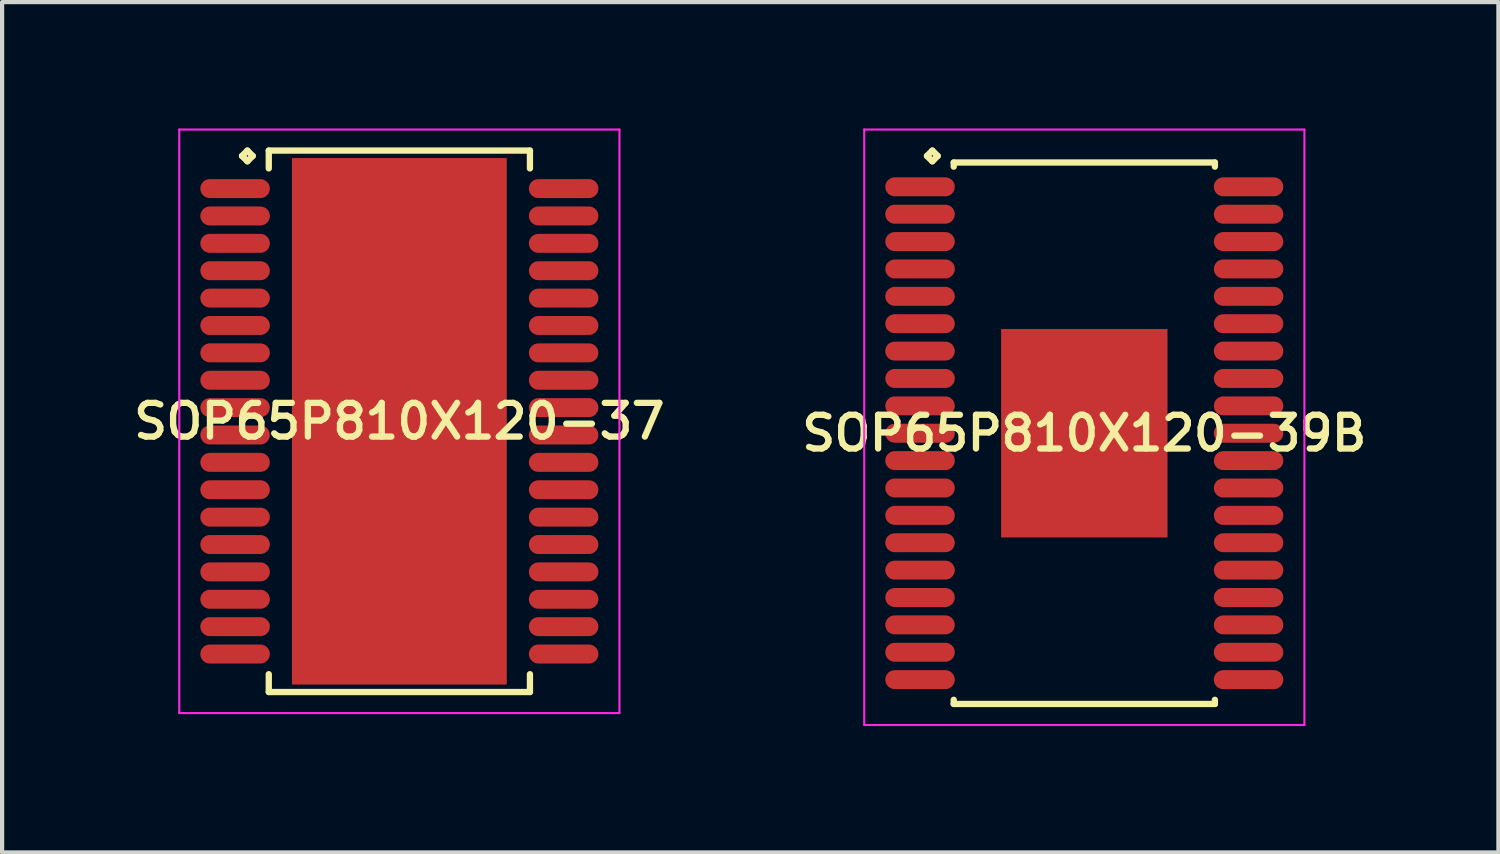
<source format=kicad_pcb>
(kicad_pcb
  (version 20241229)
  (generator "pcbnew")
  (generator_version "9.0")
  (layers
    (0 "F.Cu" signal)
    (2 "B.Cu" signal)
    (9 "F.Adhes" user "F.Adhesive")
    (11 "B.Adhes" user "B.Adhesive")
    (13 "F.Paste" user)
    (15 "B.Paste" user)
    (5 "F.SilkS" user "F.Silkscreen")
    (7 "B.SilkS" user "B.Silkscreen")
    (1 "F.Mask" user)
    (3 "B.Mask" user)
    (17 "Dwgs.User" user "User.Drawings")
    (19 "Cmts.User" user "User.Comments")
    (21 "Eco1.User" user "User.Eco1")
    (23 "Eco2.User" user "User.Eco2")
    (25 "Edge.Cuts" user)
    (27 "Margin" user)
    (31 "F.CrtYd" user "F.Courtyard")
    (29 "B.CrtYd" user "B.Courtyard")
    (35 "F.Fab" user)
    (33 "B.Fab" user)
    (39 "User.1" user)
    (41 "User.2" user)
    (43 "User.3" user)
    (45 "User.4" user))
  (footprint "SOP65P810X120-39B"
    (layer "F.Cu")
    (at 22.692 7.235)
    (property "Reference" "SOP65P810X120-39B" (at 0 0 0) (layer "F.SilkS") (effects (font (size 0.8 0.8) (thickness 0.15))))
    (attr smd)
    (fp_line (start -3.735 -6.583) (end -3.608 -6.71) (stroke (width 0.15) (type solid)) (layer "F.SilkS"))
    (fp_line (start -3.608 -6.71) (end -3.481 -6.583) (stroke (width 0.15) (type solid)) (layer "F.SilkS"))
    (fp_line (start -3.608 -6.456) (end -3.735 -6.583) (stroke (width 0.15) (type solid)) (layer "F.SilkS"))
    (fp_line (start -3.481 -6.583) (end -3.608 -6.456) (stroke (width 0.15) (type solid)) (layer "F.SilkS"))
    (fp_line (start -3.1 -6.427) (end 3.1 -6.427) (stroke (width 0.15) (type solid)) (layer "F.SilkS"))
    (fp_line (start -3.1 -6.329) (end -3.1 -6.427) (stroke (width 0.15) (type solid)) (layer "F.SilkS"))
    (fp_line (start -3.1 6.329) (end -3.1 6.427) (stroke (width 0.15) (type solid)) (layer "F.SilkS"))
    (fp_line (start -3.1 6.427) (end 3.1 6.427) (stroke (width 0.15) (type solid)) (layer "F.SilkS"))
    (fp_line (start 3.1 -6.427) (end 3.1 -6.329) (stroke (width 0.15) (type solid)) (layer "F.SilkS"))
    (fp_line (start 3.1 6.427) (end 3.1 6.329) (stroke (width 0.15) (type solid)) (layer "F.SilkS"))
    (fp_line (start -5.225 -7.21) (end 5.225 -7.21) (stroke (width 0.05) (type solid)) (layer "F.CrtYd"))
    (fp_line (start -5.225 6.927) (end -5.225 -7.21) (stroke (width 0.05) (type solid)) (layer "F.CrtYd"))
    (fp_line (start 5.225 -7.21) (end 5.225 6.927) (stroke (width 0.05) (type solid)) (layer "F.CrtYd"))
    (fp_line (start 5.225 6.927) (end -5.225 6.927) (stroke (width 0.05) (type solid)) (layer "F.CrtYd"))
    (pad "1" smd oval (at -3.9 -5.85) (size 1.65 0.45) (layers "F.Cu" "F.Mask" "F.Paste"))
    (pad "2" smd oval (at -3.9 -5.2) (size 1.65 0.45) (layers "F.Cu" "F.Mask" "F.Paste"))
    (pad "3" smd oval (at -3.9 -4.55) (size 1.65 0.45) (layers "F.Cu" "F.Mask" "F.Paste"))
    (pad "4" smd oval (at -3.9 -3.9) (size 1.65 0.45) (layers "F.Cu" "F.Mask" "F.Paste"))
    (pad "5" smd oval (at -3.9 -3.25) (size 1.65 0.45) (layers "F.Cu" "F.Mask" "F.Paste"))
    (pad "6" smd oval (at -3.9 -2.6) (size 1.65 0.45) (layers "F.Cu" "F.Mask" "F.Paste"))
    (pad "7" smd oval (at -3.9 -1.95) (size 1.65 0.45) (layers "F.Cu" "F.Mask" "F.Paste"))
    (pad "8" smd oval (at -3.9 -1.3) (size 1.65 0.45) (layers "F.Cu" "F.Mask" "F.Paste"))
    (pad "9" smd oval (at -3.9 -0.65) (size 1.65 0.45) (layers "F.Cu" "F.Mask" "F.Paste"))
    (pad "10" smd oval (at -3.9 0) (size 1.65 0.45) (layers "F.Cu" "F.Mask" "F.Paste"))
    (pad "11" smd oval (at -3.9 0.65) (size 1.65 0.45) (layers "F.Cu" "F.Mask" "F.Paste"))
    (pad "12" smd oval (at -3.9 1.3) (size 1.65 0.45) (layers "F.Cu" "F.Mask" "F.Paste"))
    (pad "13" smd oval (at -3.9 1.95) (size 1.65 0.45) (layers "F.Cu" "F.Mask" "F.Paste"))
    (pad "14" smd oval (at -3.9 2.6) (size 1.65 0.45) (layers "F.Cu" "F.Mask" "F.Paste"))
    (pad "15" smd oval (at -3.9 3.25) (size 1.65 0.45) (layers "F.Cu" "F.Mask" "F.Paste"))
    (pad "16" smd oval (at -3.9 3.9) (size 1.65 0.45) (layers "F.Cu" "F.Mask" "F.Paste"))
    (pad "17" smd oval (at -3.9 4.55) (size 1.65 0.45) (layers "F.Cu" "F.Mask" "F.Paste"))
    (pad "18" smd oval (at -3.9 5.2) (size 1.65 0.45) (layers "F.Cu" "F.Mask" "F.Paste"))
    (pad "19" smd oval (at -3.9 5.85) (size 1.65 0.45) (layers "F.Cu" "F.Mask" "F.Paste"))
    (pad "20" smd oval (at 3.9 5.85) (size 1.65 0.45) (layers "F.Cu" "F.Mask" "F.Paste"))
    (pad "21" smd oval (at 3.9 5.2) (size 1.65 0.45) (layers "F.Cu" "F.Mask" "F.Paste"))
    (pad "22" smd oval (at 3.9 4.55) (size 1.65 0.45) (layers "F.Cu" "F.Mask" "F.Paste"))
    (pad "23" smd oval (at 3.9 3.9) (size 1.65 0.45) (layers "F.Cu" "F.Mask" "F.Paste"))
    (pad "24" smd oval (at 3.9 3.25) (size 1.65 0.45) (layers "F.Cu" "F.Mask" "F.Paste"))
    (pad "25" smd oval (at 3.9 2.6) (size 1.65 0.45) (layers "F.Cu" "F.Mask" "F.Paste"))
    (pad "26" smd oval (at 3.9 1.95) (size 1.65 0.45) (layers "F.Cu" "F.Mask" "F.Paste"))
    (pad "27" smd oval (at 3.9 1.3) (size 1.65 0.45) (layers "F.Cu" "F.Mask" "F.Paste"))
    (pad "28" smd oval (at 3.9 0.65) (size 1.65 0.45) (layers "F.Cu" "F.Mask" "F.Paste"))
    (pad "29" smd oval (at 3.9 0) (size 1.65 0.45) (layers "F.Cu" "F.Mask" "F.Paste"))
    (pad "30" smd oval (at 3.9 -0.65) (size 1.65 0.45) (layers "F.Cu" "F.Mask" "F.Paste"))
    (pad "31" smd oval (at 3.9 -1.3) (size 1.65 0.45) (layers "F.Cu" "F.Mask" "F.Paste"))
    (pad "32" smd oval (at 3.9 -1.95) (size 1.65 0.45) (layers "F.Cu" "F.Mask" "F.Paste"))
    (pad "33" smd oval (at 3.9 -2.6) (size 1.65 0.45) (layers "F.Cu" "F.Mask" "F.Paste"))
    (pad "34" smd oval (at 3.9 -3.25) (size 1.65 0.45) (layers "F.Cu" "F.Mask" "F.Paste"))
    (pad "35" smd oval (at 3.9 -3.9) (size 1.65 0.45) (layers "F.Cu" "F.Mask" "F.Paste"))
    (pad "36" smd oval (at 3.9 -4.55) (size 1.65 0.45) (layers "F.Cu" "F.Mask" "F.Paste"))
    (pad "37" smd oval (at 3.9 -5.2) (size 1.65 0.45) (layers "F.Cu" "F.Mask" "F.Paste"))
    (pad "38" smd oval (at 3.9 -5.85) (size 1.65 0.45) (layers "F.Cu" "F.Mask" "F.Paste"))
    (pad "39" smd rect (at 0 0) (size 3.95 4.95) (layers "F.Cu" "F.Mask" "F.Paste")))
  (footprint "SOP65P810X120-37"
    (layer "F.Cu")
    (at 6.431 6.952)
    (property "Reference" "SOP65P810X120-37" (at 0 0 0) (layer "F.SilkS") (effects (font (size 0.8 0.8) (thickness 0.15))))
    (attr smd)
    (fp_line (start -3.735 -6.3) (end -3.608 -6.427) (stroke (width 0.15) (type solid)) (layer "F.SilkS"))
    (fp_line (start -3.608 -6.427) (end -3.481 -6.3) (stroke (width 0.15) (type solid)) (layer "F.SilkS"))
    (fp_line (start -3.608 -6.173) (end -3.735 -6.3) (stroke (width 0.15) (type solid)) (layer "F.SilkS"))
    (fp_line (start -3.481 -6.3) (end -3.608 -6.173) (stroke (width 0.15) (type solid)) (layer "F.SilkS"))
    (fp_line (start -3.1 -6.427) (end 3.1 -6.427) (stroke (width 0.15) (type solid)) (layer "F.SilkS"))
    (fp_line (start -3.1 -6.004) (end -3.1 -6.427) (stroke (width 0.15) (type solid)) (layer "F.SilkS"))
    (fp_line (start -3.1 6.004) (end -3.1 6.427) (stroke (width 0.15) (type solid)) (layer "F.SilkS"))
    (fp_line (start -3.1 6.427) (end 3.1 6.427) (stroke (width 0.15) (type solid)) (layer "F.SilkS"))
    (fp_line (start 3.1 -6.427) (end 3.1 -6.004) (stroke (width 0.15) (type solid)) (layer "F.SilkS"))
    (fp_line (start 3.1 6.427) (end 3.1 6.004) (stroke (width 0.15) (type solid)) (layer "F.SilkS"))
    (fp_line (start -5.225 -6.927) (end 5.225 -6.927) (stroke (width 0.05) (type solid)) (layer "F.CrtYd"))
    (fp_line (start -5.225 6.927) (end -5.225 -6.927) (stroke (width 0.05) (type solid)) (layer "F.CrtYd"))
    (fp_line (start 5.225 -6.927) (end 5.225 6.927) (stroke (width 0.05) (type solid)) (layer "F.CrtYd"))
    (fp_line (start 5.225 6.927) (end -5.225 6.927) (stroke (width 0.05) (type solid)) (layer "F.CrtYd"))
    (pad "1" smd oval (at -3.9 -5.525) (size 1.65 0.45) (layers "F.Cu" "F.Mask" "F.Paste"))
    (pad "2" smd oval (at -3.9 -4.875) (size 1.65 0.45) (layers "F.Cu" "F.Mask" "F.Paste"))
    (pad "3" smd oval (at -3.9 -4.225) (size 1.65 0.45) (layers "F.Cu" "F.Mask" "F.Paste"))
    (pad "4" smd oval (at -3.9 -3.575) (size 1.65 0.45) (layers "F.Cu" "F.Mask" "F.Paste"))
    (pad "5" smd oval (at -3.9 -2.925) (size 1.65 0.45) (layers "F.Cu" "F.Mask" "F.Paste"))
    (pad "6" smd oval (at -3.9 -2.275) (size 1.65 0.45) (layers "F.Cu" "F.Mask" "F.Paste"))
    (pad "7" smd oval (at -3.9 -1.625) (size 1.65 0.45) (layers "F.Cu" "F.Mask" "F.Paste"))
    (pad "8" smd oval (at -3.9 -0.975) (size 1.65 0.45) (layers "F.Cu" "F.Mask" "F.Paste"))
    (pad "9" smd oval (at -3.9 -0.325) (size 1.65 0.45) (layers "F.Cu" "F.Mask" "F.Paste"))
    (pad "10" smd oval (at -3.9 0.325) (size 1.65 0.45) (layers "F.Cu" "F.Mask" "F.Paste"))
    (pad "11" smd oval (at -3.9 0.975) (size 1.65 0.45) (layers "F.Cu" "F.Mask" "F.Paste"))
    (pad "12" smd oval (at -3.9 1.625) (size 1.65 0.45) (layers "F.Cu" "F.Mask" "F.Paste"))
    (pad "13" smd oval (at -3.9 2.275) (size 1.65 0.45) (layers "F.Cu" "F.Mask" "F.Paste"))
    (pad "14" smd oval (at -3.9 2.925) (size 1.65 0.45) (layers "F.Cu" "F.Mask" "F.Paste"))
    (pad "15" smd oval (at -3.9 3.575) (size 1.65 0.45) (layers "F.Cu" "F.Mask" "F.Paste"))
    (pad "16" smd oval (at -3.9 4.225) (size 1.65 0.45) (layers "F.Cu" "F.Mask" "F.Paste"))
    (pad "17" smd oval (at -3.9 4.875) (size 1.65 0.45) (layers "F.Cu" "F.Mask" "F.Paste"))
    (pad "18" smd oval (at -3.9 5.525) (size 1.65 0.45) (layers "F.Cu" "F.Mask" "F.Paste"))
    (pad "19" smd oval (at 3.9 5.525) (size 1.65 0.45) (layers "F.Cu" "F.Mask" "F.Paste"))
    (pad "20" smd oval (at 3.9 4.875) (size 1.65 0.45) (layers "F.Cu" "F.Mask" "F.Paste"))
    (pad "21" smd oval (at 3.9 4.225) (size 1.65 0.45) (layers "F.Cu" "F.Mask" "F.Paste"))
    (pad "22" smd oval (at 3.9 3.575) (size 1.65 0.45) (layers "F.Cu" "F.Mask" "F.Paste"))
    (pad "23" smd oval (at 3.9 2.925) (size 1.65 0.45) (layers "F.Cu" "F.Mask" "F.Paste"))
    (pad "24" smd oval (at 3.9 2.275) (size 1.65 0.45) (layers "F.Cu" "F.Mask" "F.Paste"))
    (pad "25" smd oval (at 3.9 1.625) (size 1.65 0.45) (layers "F.Cu" "F.Mask" "F.Paste"))
    (pad "26" smd oval (at 3.9 0.975) (size 1.65 0.45) (layers "F.Cu" "F.Mask" "F.Paste"))
    (pad "27" smd oval (at 3.9 0.325) (size 1.65 0.45) (layers "F.Cu" "F.Mask" "F.Paste"))
    (pad "28" smd oval (at 3.9 -0.325) (size 1.65 0.45) (layers "F.Cu" "F.Mask" "F.Paste"))
    (pad "29" smd oval (at 3.9 -0.975) (size 1.65 0.45) (layers "F.Cu" "F.Mask" "F.Paste"))
    (pad "30" smd oval (at 3.9 -1.625) (size 1.65 0.45) (layers "F.Cu" "F.Mask" "F.Paste"))
    (pad "31" smd oval (at 3.9 -2.275) (size 1.65 0.45) (layers "F.Cu" "F.Mask" "F.Paste"))
    (pad "32" smd oval (at 3.9 -2.925) (size 1.65 0.45) (layers "F.Cu" "F.Mask" "F.Paste"))
    (pad "33" smd oval (at 3.9 -3.575) (size 1.65 0.45) (layers "F.Cu" "F.Mask" "F.Paste"))
    (pad "34" smd oval (at 3.9 -4.225) (size 1.65 0.45) (layers "F.Cu" "F.Mask" "F.Paste"))
    (pad "35" smd oval (at 3.9 -4.875) (size 1.65 0.45) (layers "F.Cu" "F.Mask" "F.Paste"))
    (pad "36" smd oval (at 3.9 -5.525) (size 1.65 0.45) (layers "F.Cu" "F.Mask" "F.Paste"))
    (pad "37" smd rect (at 0 0) (size 5.1 12.5) (layers "F.Cu" "F.Mask" "F.Paste")))
  (gr_rect
    (start -3 -3)
    (end 32.523 17.187)
    (stroke (width 0.1) (type default))
    (fill no)
    (layer "Edge.Cuts")))
</source>
